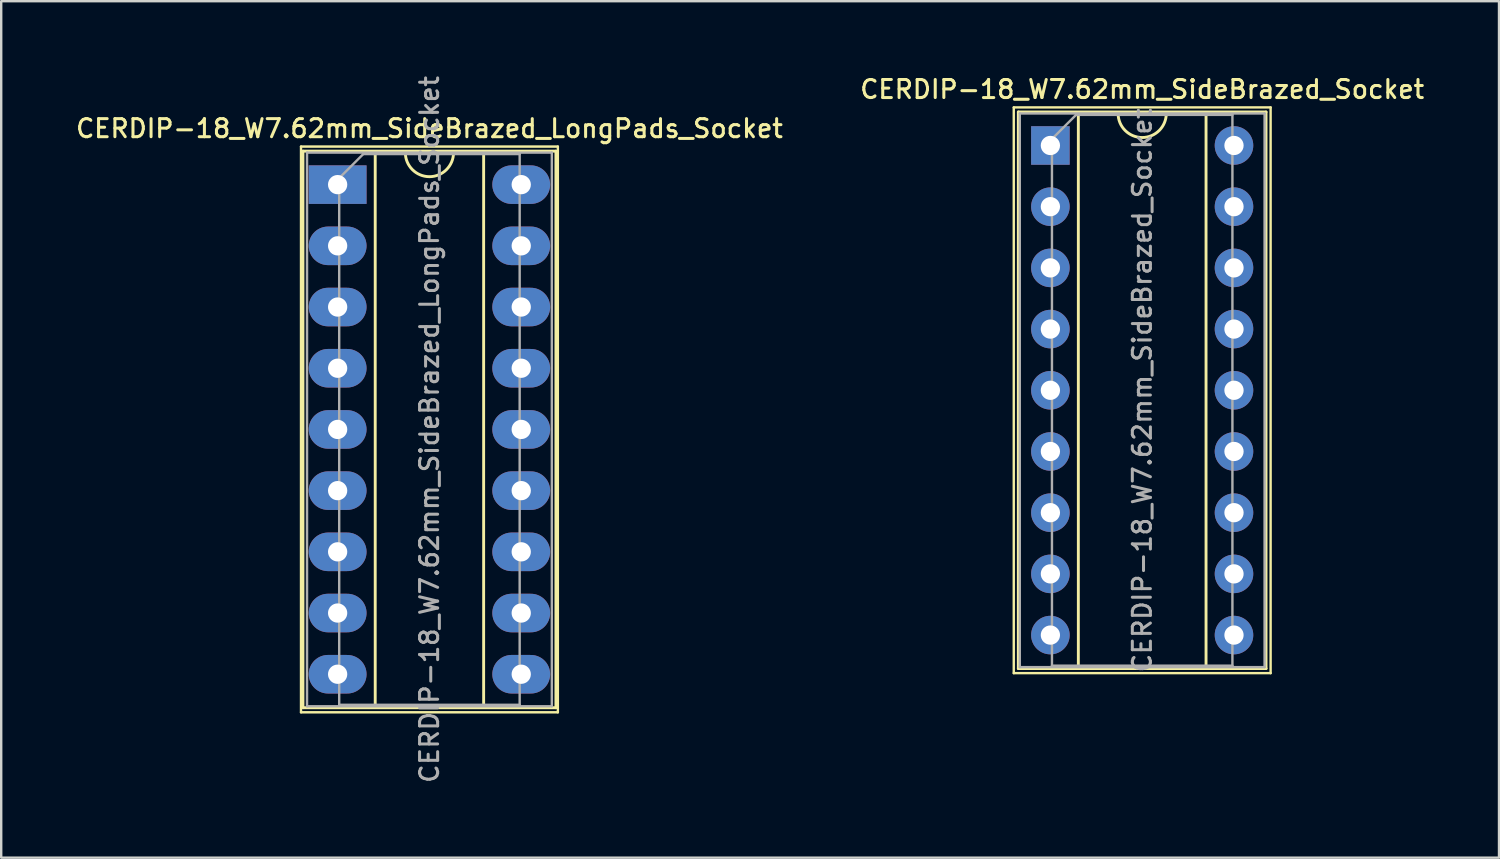
<source format=kicad_pcb>
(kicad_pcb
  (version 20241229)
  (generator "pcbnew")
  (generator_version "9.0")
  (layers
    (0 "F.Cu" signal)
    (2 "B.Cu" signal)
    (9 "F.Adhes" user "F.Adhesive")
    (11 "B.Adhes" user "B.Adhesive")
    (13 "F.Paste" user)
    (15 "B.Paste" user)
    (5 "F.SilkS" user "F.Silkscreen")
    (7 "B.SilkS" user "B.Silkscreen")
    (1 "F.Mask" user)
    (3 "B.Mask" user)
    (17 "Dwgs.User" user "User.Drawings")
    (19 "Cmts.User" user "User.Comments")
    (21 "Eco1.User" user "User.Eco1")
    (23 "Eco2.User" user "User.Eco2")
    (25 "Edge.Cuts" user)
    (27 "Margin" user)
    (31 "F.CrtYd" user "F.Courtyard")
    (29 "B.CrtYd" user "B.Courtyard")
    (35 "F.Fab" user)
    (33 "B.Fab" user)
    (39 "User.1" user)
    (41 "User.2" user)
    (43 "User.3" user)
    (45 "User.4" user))
  (footprint "CERDIP-18_W7.62mm_SideBrazed_LongPads_Socket"
    (layer "F.Cu")
    (at 10.963 4.613)
    (property "Reference" "CERDIP-18_W7.62mm_SideBrazed_LongPads_Socket" (at 3.81 -2.33 0) (layer "F.SilkS") (effects (font (size 0.75 0.75) (thickness 0.125))))
    (attr through_hole)
    (fp_line (start -1.52 -1.58) (end -1.52 21.9) (stroke (width 0.1) (type solid)) (layer "F.SilkS"))
    (fp_line (start -1.52 21.9) (end 9.14 21.9) (stroke (width 0.1) (type solid)) (layer "F.SilkS"))
    (fp_line (start -1.44 -1.39) (end -1.44 21.71) (stroke (width 0.12) (type solid)) (layer "F.SilkS"))
    (fp_line (start -1.44 21.71) (end 9.06 21.71) (stroke (width 0.12) (type solid)) (layer "F.SilkS"))
    (fp_line (start 1.56 -1.33) (end 1.56 21.65) (stroke (width 0.12) (type solid)) (layer "F.SilkS"))
    (fp_line (start 1.56 21.65) (end 6.06 21.65) (stroke (width 0.12) (type solid)) (layer "F.SilkS"))
    (fp_line (start 2.81 -1.33) (end 1.56 -1.33) (stroke (width 0.12) (type solid)) (layer "F.SilkS"))
    (fp_line (start 6.06 -1.33) (end 4.81 -1.33) (stroke (width 0.12) (type solid)) (layer "F.SilkS"))
    (fp_line (start 6.06 21.65) (end 6.06 -1.33) (stroke (width 0.12) (type solid)) (layer "F.SilkS"))
    (fp_line (start 9.06 -1.39) (end -1.44 -1.39) (stroke (width 0.12) (type solid)) (layer "F.SilkS"))
    (fp_line (start 9.06 21.71) (end 9.06 -1.39) (stroke (width 0.12) (type solid)) (layer "F.SilkS"))
    (fp_line (start 9.14 -1.58) (end -1.52 -1.58) (stroke (width 0.1) (type solid)) (layer "F.SilkS"))
    (fp_line (start 9.14 21.9) (end 9.14 -1.58) (stroke (width 0.1) (type solid)) (layer "F.SilkS"))
    (fp_arc (start 4.81 -1.33) (mid 3.81 -0.33) (end 2.81 -1.33) (stroke (width 0.12) (type solid)) (layer "F.SilkS"))
    (fp_line (start -1.27 -1.33) (end -1.27 21.65) (stroke (width 0.1) (type solid)) (layer "F.Fab"))
    (fp_line (start -1.27 21.65) (end 8.89 21.65) (stroke (width 0.1) (type solid)) (layer "F.Fab"))
    (fp_line (start 0.065 -0.27) (end 1.065 -1.27) (stroke (width 0.1) (type solid)) (layer "F.Fab"))
    (fp_line (start 0.065 21.59) (end 0.065 -0.27) (stroke (width 0.1) (type solid)) (layer "F.Fab"))
    (fp_line (start 1.065 -1.27) (end 7.555 -1.27) (stroke (width 0.1) (type solid)) (layer "F.Fab"))
    (fp_line (start 7.555 -1.27) (end 7.555 21.59) (stroke (width 0.1) (type solid)) (layer "F.Fab"))
    (fp_line (start 7.555 21.59) (end 0.065 21.59) (stroke (width 0.1) (type solid)) (layer "F.Fab"))
    (fp_line (start 8.89 -1.33) (end -1.27 -1.33) (stroke (width 0.1) (type solid)) (layer "F.Fab"))
    (fp_line (start 8.89 21.65) (end 8.89 -1.33) (stroke (width 0.1) (type solid)) (layer "F.Fab"))
    (fp_text user "${REFERENCE}" (at 3.81 10.16 90) (layer "F.Fab") (effects (font (size 0.75 0.75) (thickness 0.125))))
    (pad "1" thru_hole rect (at 0 0) (size 2.4 1.6) (drill 0.8) (layers "*.Cu" "*.Mask"))
    (pad "2" thru_hole oval (at 0 2.54) (size 2.4 1.6) (drill 0.8) (layers "*.Cu" "*.Mask"))
    (pad "3" thru_hole oval (at 0 5.08) (size 2.4 1.6) (drill 0.8) (layers "*.Cu" "*.Mask"))
    (pad "4" thru_hole oval (at 0 7.62) (size 2.4 1.6) (drill 0.8) (layers "*.Cu" "*.Mask"))
    (pad "5" thru_hole oval (at 0 10.16) (size 2.4 1.6) (drill 0.8) (layers "*.Cu" "*.Mask"))
    (pad "6" thru_hole oval (at 0 12.7) (size 2.4 1.6) (drill 0.8) (layers "*.Cu" "*.Mask"))
    (pad "7" thru_hole oval (at 0 15.24) (size 2.4 1.6) (drill 0.8) (layers "*.Cu" "*.Mask"))
    (pad "8" thru_hole oval (at 0 17.78) (size 2.4 1.6) (drill 0.8) (layers "*.Cu" "*.Mask"))
    (pad "9" thru_hole oval (at 0 20.32) (size 2.4 1.6) (drill 0.8) (layers "*.Cu" "*.Mask"))
    (pad "10" thru_hole oval (at 7.62 20.32) (size 2.4 1.6) (drill 0.8) (layers "*.Cu" "*.Mask"))
    (pad "11" thru_hole oval (at 7.62 17.78) (size 2.4 1.6) (drill 0.8) (layers "*.Cu" "*.Mask"))
    (pad "12" thru_hole oval (at 7.62 15.24) (size 2.4 1.6) (drill 0.8) (layers "*.Cu" "*.Mask"))
    (pad "13" thru_hole oval (at 7.62 12.7) (size 2.4 1.6) (drill 0.8) (layers "*.Cu" "*.Mask"))
    (pad "14" thru_hole oval (at 7.62 10.16) (size 2.4 1.6) (drill 0.8) (layers "*.Cu" "*.Mask"))
    (pad "15" thru_hole oval (at 7.62 7.62) (size 2.4 1.6) (drill 0.8) (layers "*.Cu" "*.Mask"))
    (pad "16" thru_hole oval (at 7.62 5.08) (size 2.4 1.6) (drill 0.8) (layers "*.Cu" "*.Mask"))
    (pad "17" thru_hole oval (at 7.62 2.54) (size 2.4 1.6) (drill 0.8) (layers "*.Cu" "*.Mask"))
    (pad "18" thru_hole oval (at 7.62 0) (size 2.4 1.6) (drill 0.8) (layers "*.Cu" "*.Mask")))
  (footprint "CERDIP-18_W7.62mm_SideBrazed_Socket"
    (layer "F.Cu")
    (at 40.545 2.988)
    (property "Reference" "CERDIP-18_W7.62mm_SideBrazed_Socket" (at 3.81 -2.33 0) (layer "F.SilkS") (effects (font (size 0.75 0.75) (thickness 0.125))))
    (attr through_hole)
    (fp_line (start -1.52 -1.58) (end -1.52 21.9) (stroke (width 0.1) (type solid)) (layer "F.SilkS"))
    (fp_line (start -1.52 21.9) (end 9.14 21.9) (stroke (width 0.1) (type solid)) (layer "F.SilkS"))
    (fp_line (start -1.33 -1.39) (end -1.33 21.71) (stroke (width 0.12) (type solid)) (layer "F.SilkS"))
    (fp_line (start -1.33 21.71) (end 8.95 21.71) (stroke (width 0.12) (type solid)) (layer "F.SilkS"))
    (fp_line (start 1.16 -1.33) (end 1.16 21.65) (stroke (width 0.12) (type solid)) (layer "F.SilkS"))
    (fp_line (start 1.16 21.65) (end 6.46 21.65) (stroke (width 0.12) (type solid)) (layer "F.SilkS"))
    (fp_line (start 2.81 -1.33) (end 1.16 -1.33) (stroke (width 0.12) (type solid)) (layer "F.SilkS"))
    (fp_line (start 6.46 -1.33) (end 4.81 -1.33) (stroke (width 0.12) (type solid)) (layer "F.SilkS"))
    (fp_line (start 6.46 21.65) (end 6.46 -1.33) (stroke (width 0.12) (type solid)) (layer "F.SilkS"))
    (fp_line (start 8.95 -1.39) (end -1.33 -1.39) (stroke (width 0.12) (type solid)) (layer "F.SilkS"))
    (fp_line (start 8.95 21.71) (end 8.95 -1.39) (stroke (width 0.12) (type solid)) (layer "F.SilkS"))
    (fp_line (start 9.14 -1.58) (end -1.52 -1.58) (stroke (width 0.1) (type solid)) (layer "F.SilkS"))
    (fp_line (start 9.14 21.9) (end 9.14 -1.58) (stroke (width 0.1) (type solid)) (layer "F.SilkS"))
    (fp_arc (start 4.81 -1.33) (mid 3.81 -0.33) (end 2.81 -1.33) (stroke (width 0.12) (type solid)) (layer "F.SilkS"))
    (fp_line (start -1.27 -1.33) (end -1.27 21.65) (stroke (width 0.1) (type solid)) (layer "F.Fab"))
    (fp_line (start -1.27 21.65) (end 8.89 21.65) (stroke (width 0.1) (type solid)) (layer "F.Fab"))
    (fp_line (start 0.065 -0.27) (end 1.065 -1.27) (stroke (width 0.1) (type solid)) (layer "F.Fab"))
    (fp_line (start 0.065 21.59) (end 0.065 -0.27) (stroke (width 0.1) (type solid)) (layer "F.Fab"))
    (fp_line (start 1.065 -1.27) (end 7.555 -1.27) (stroke (width 0.1) (type solid)) (layer "F.Fab"))
    (fp_line (start 7.555 -1.27) (end 7.555 21.59) (stroke (width 0.1) (type solid)) (layer "F.Fab"))
    (fp_line (start 7.555 21.59) (end 0.065 21.59) (stroke (width 0.1) (type solid)) (layer "F.Fab"))
    (fp_line (start 8.89 -1.33) (end -1.27 -1.33) (stroke (width 0.1) (type solid)) (layer "F.Fab"))
    (fp_line (start 8.89 21.65) (end 8.89 -1.33) (stroke (width 0.1) (type solid)) (layer "F.Fab"))
    (fp_text user "${REFERENCE}" (at 3.81 10.16 90) (layer "F.Fab") (effects (font (size 0.75 0.75) (thickness 0.125))))
    (pad "1" thru_hole rect (at 0 0) (size 1.6 1.6) (drill 0.8) (layers "*.Cu" "*.Mask"))
    (pad "2" thru_hole circle (at 0 2.54) (size 1.6 1.6) (drill 0.8) (layers "*.Cu" "*.Mask"))
    (pad "3" thru_hole circle (at 0 5.08) (size 1.6 1.6) (drill 0.8) (layers "*.Cu" "*.Mask"))
    (pad "4" thru_hole circle (at 0 7.62) (size 1.6 1.6) (drill 0.8) (layers "*.Cu" "*.Mask"))
    (pad "5" thru_hole circle (at 0 10.16) (size 1.6 1.6) (drill 0.8) (layers "*.Cu" "*.Mask"))
    (pad "6" thru_hole circle (at 0 12.7) (size 1.6 1.6) (drill 0.8) (layers "*.Cu" "*.Mask"))
    (pad "7" thru_hole circle (at 0 15.24) (size 1.6 1.6) (drill 0.8) (layers "*.Cu" "*.Mask"))
    (pad "8" thru_hole circle (at 0 17.78) (size 1.6 1.6) (drill 0.8) (layers "*.Cu" "*.Mask"))
    (pad "9" thru_hole circle (at 0 20.32) (size 1.6 1.6) (drill 0.8) (layers "*.Cu" "*.Mask"))
    (pad "10" thru_hole circle (at 7.62 20.32) (size 1.6 1.6) (drill 0.8) (layers "*.Cu" "*.Mask"))
    (pad "11" thru_hole circle (at 7.62 17.78) (size 1.6 1.6) (drill 0.8) (layers "*.Cu" "*.Mask"))
    (pad "12" thru_hole circle (at 7.62 15.24) (size 1.6 1.6) (drill 0.8) (layers "*.Cu" "*.Mask"))
    (pad "13" thru_hole circle (at 7.62 12.7) (size 1.6 1.6) (drill 0.8) (layers "*.Cu" "*.Mask"))
    (pad "14" thru_hole circle (at 7.62 10.16) (size 1.6 1.6) (drill 0.8) (layers "*.Cu" "*.Mask"))
    (pad "15" thru_hole circle (at 7.62 7.62) (size 1.6 1.6) (drill 0.8) (layers "*.Cu" "*.Mask"))
    (pad "16" thru_hole circle (at 7.62 5.08) (size 1.6 1.6) (drill 0.8) (layers "*.Cu" "*.Mask"))
    (pad "17" thru_hole circle (at 7.62 2.54) (size 1.6 1.6) (drill 0.8) (layers "*.Cu" "*.Mask"))
    (pad "18" thru_hole circle (at 7.62 0) (size 1.6 1.6) (drill 0.8) (layers "*.Cu" "*.Mask")))
  (gr_rect
    (start -3 -3)
    (end 59.164 32.546)
    (stroke (width 0.1) (type default))
    (fill no)
    (layer "Edge.Cuts")))
</source>
